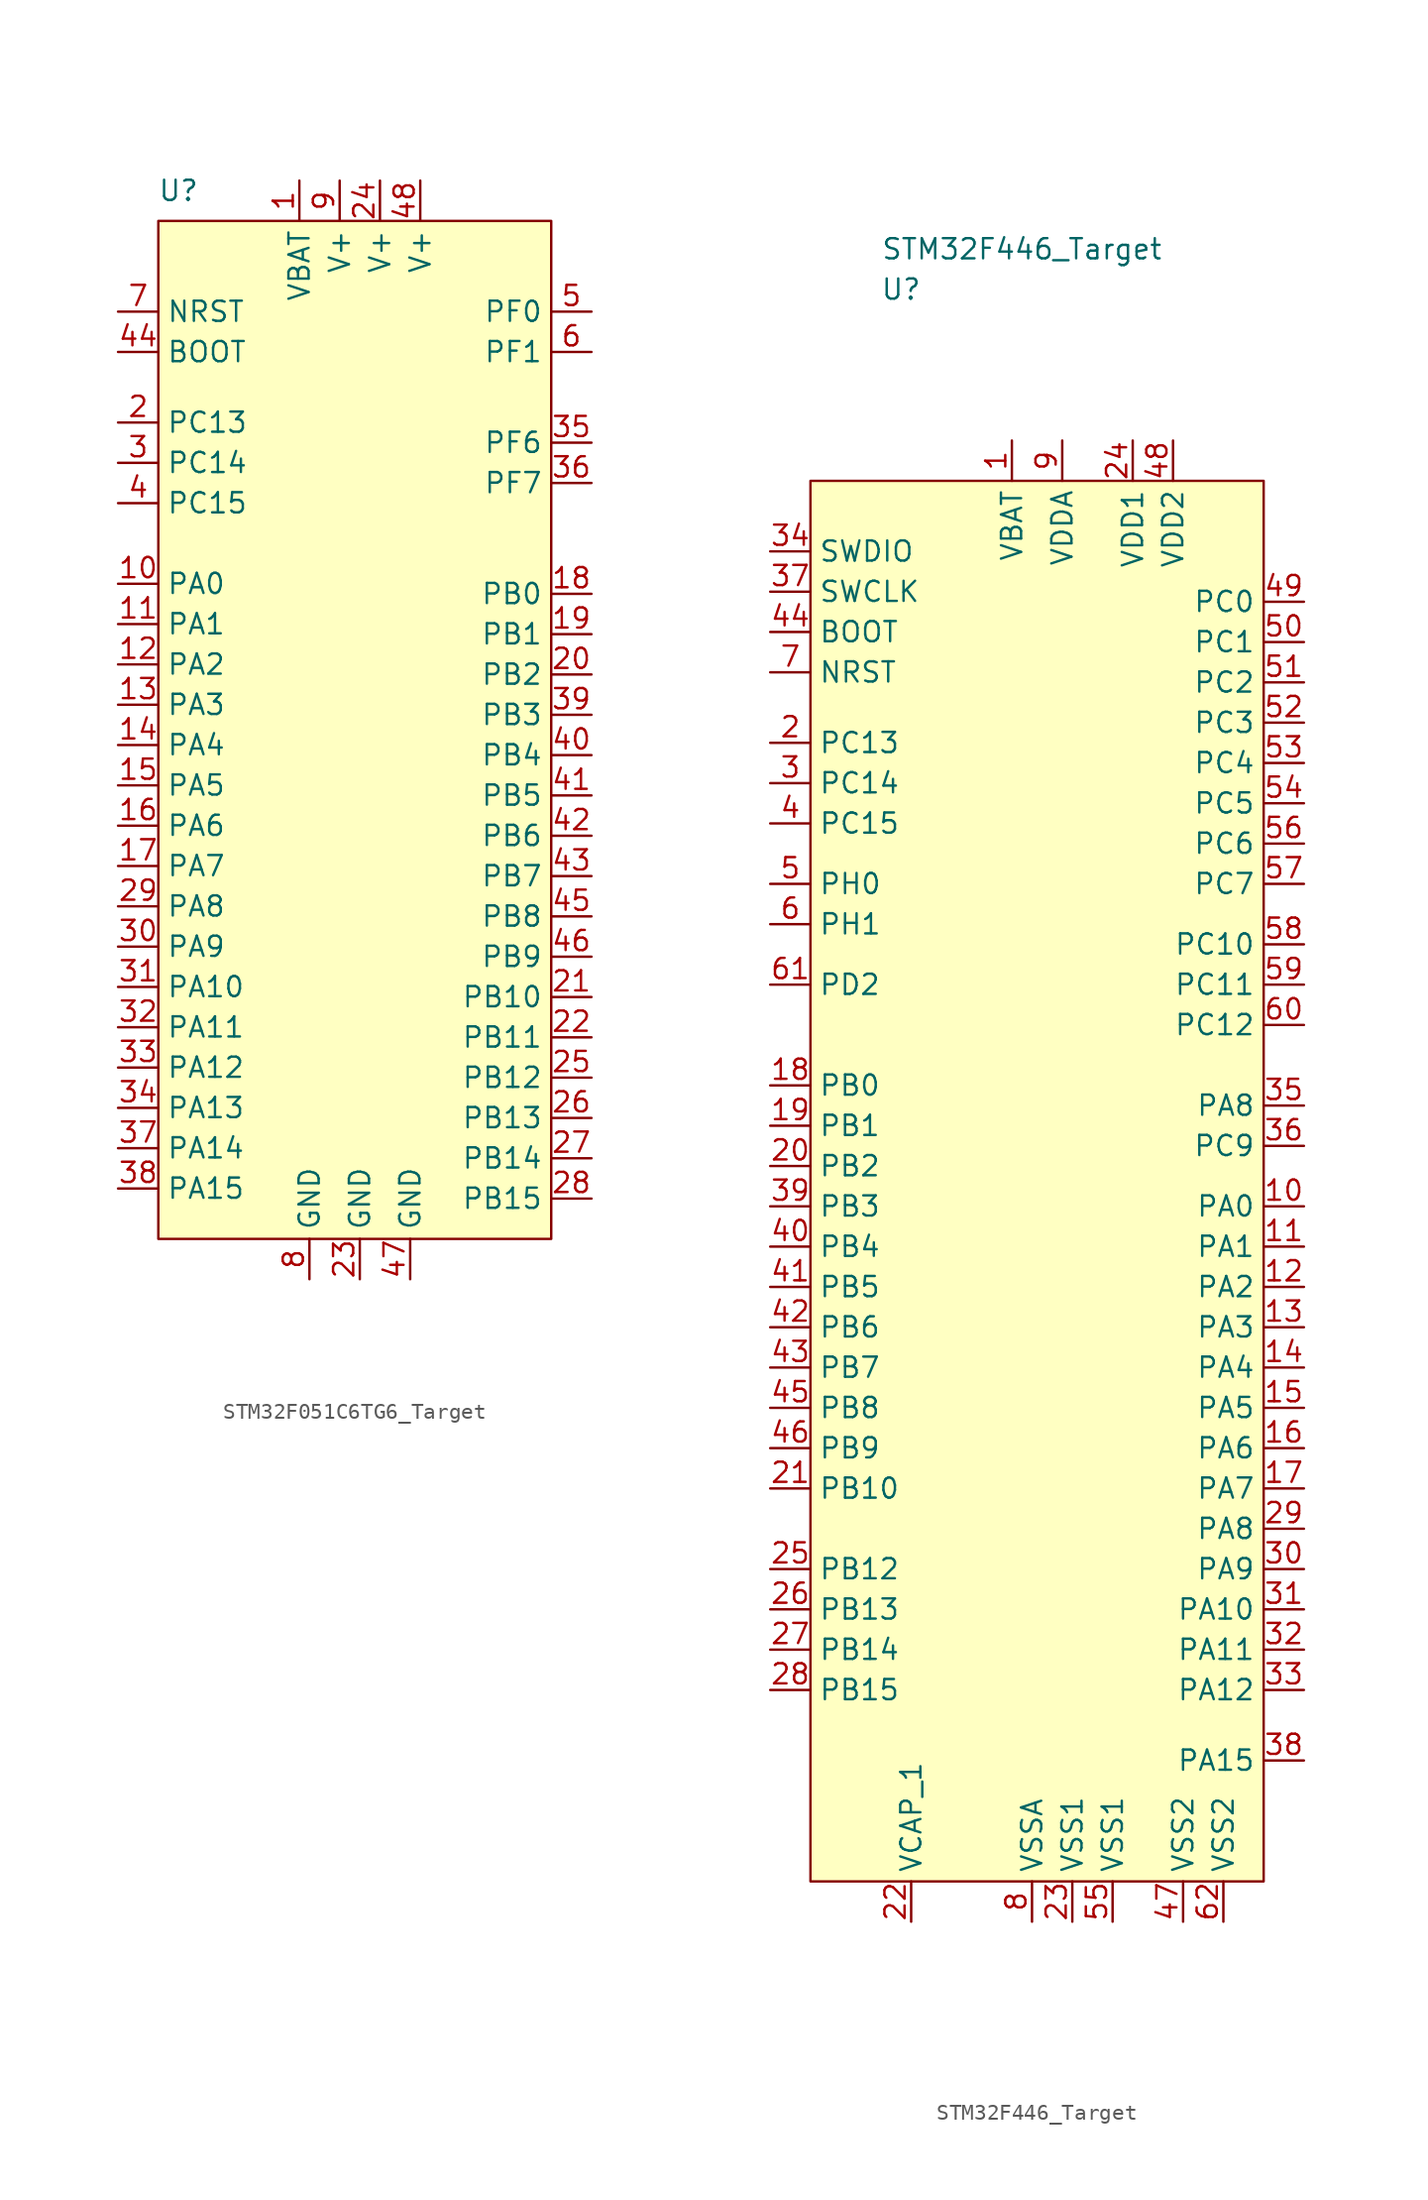
<source format=kicad_sym>
(kicad_symbol_lib
  (version 20220914)
  (generator kicad_symbol_editor)
  (symbol "STM32F051C6TG6_Target"
    (property "Reference" "U"
      (at -11.43 32.385 0)
      (effects (font (size 1.27 1.27))))
    (property "Value" ""
      (at 0 1.905 0)
      (effects (font (size 1.27 1.27))))
    (symbol "STM32F051C6TG6_Target_0_1"
      (rectangle (start -12.7 30.48) (end 12.065 -33.655) (stroke (width 0) (type default)) (fill (type background))))
    (symbol "STM32F051C6TG6_Target_1_1"
      (pin power_in line (at -3.81 33.02 270) (length 2.54) (name "VBAT" (effects (font (size 1.27 1.27)))) (number "1" (effects (font (size 1.27 1.27)))))
      (pin bidirectional line (at -15.24 7.62 0) (length 2.54) (name "PA0" (effects (font (size 1.27 1.27)))) (number "10" (effects (font (size 1.27 1.27)))))
      (pin bidirectional line (at -15.24 5.08 0) (length 2.54) (name "PA1" (effects (font (size 1.27 1.27)))) (number "11" (effects (font (size 1.27 1.27)))))
      (pin bidirectional line (at -15.24 2.54 0) (length 2.54) (name "PA2" (effects (font (size 1.27 1.27)))) (number "12" (effects (font (size 1.27 1.27)))))
      (pin bidirectional line (at -15.24 0 0) (length 2.54) (name "PA3" (effects (font (size 1.27 1.27)))) (number "13" (effects (font (size 1.27 1.27)))))
      (pin bidirectional line (at -15.24 -2.54 0) (length 2.54) (name "PA4" (effects (font (size 1.27 1.27)))) (number "14" (effects (font (size 1.27 1.27)))))
      (pin bidirectional line (at -15.24 -5.08 0) (length 2.54) (name "PA5" (effects (font (size 1.27 1.27)))) (number "15" (effects (font (size 1.27 1.27)))))
      (pin bidirectional line (at -15.24 -7.62 0) (length 2.54) (name "PA6" (effects (font (size 1.27 1.27)))) (number "16" (effects (font (size 1.27 1.27)))))
      (pin bidirectional line (at -15.24 -10.16 0) (length 2.54) (name "PA7" (effects (font (size 1.27 1.27)))) (number "17" (effects (font (size 1.27 1.27)))))
      (pin bidirectional line (at 14.605 6.985 180) (length 2.54) (name "PB0" (effects (font (size 1.27 1.27)))) (number "18" (effects (font (size 1.27 1.27)))))
      (pin bidirectional line (at 14.605 4.445 180) (length 2.54) (name "PB1" (effects (font (size 1.27 1.27)))) (number "19" (effects (font (size 1.27 1.27)))))
      (pin bidirectional line (at -15.24 17.78 0) (length 2.54) (name "PC13" (effects (font (size 1.27 1.27)))) (number "2" (effects (font (size 1.27 1.27)))))
      (pin bidirectional line (at 14.605 1.905 180) (length 2.54) (name "PB2" (effects (font (size 1.27 1.27)))) (number "20" (effects (font (size 1.27 1.27)))))
      (pin bidirectional line (at 14.605 -18.415 180) (length 2.54) (name "PB10" (effects (font (size 1.27 1.27)))) (number "21" (effects (font (size 1.27 1.27)))))
      (pin bidirectional line (at 14.605 -20.955 180) (length 2.54) (name "PB11" (effects (font (size 1.27 1.27)))) (number "22" (effects (font (size 1.27 1.27)))))
      (pin power_in line (at 0 -36.195 90) (length 2.54) (name "GND" (effects (font (size 1.27 1.27)))) (number "23" (effects (font (size 1.27 1.27)))))
      (pin power_in line (at 1.27 33.02 270) (length 2.54) (name "V+" (effects (font (size 1.27 1.27)))) (number "24" (effects (font (size 1.27 1.27)))))
      (pin bidirectional line (at 14.605 -23.495 180) (length 2.54) (name "PB12" (effects (font (size 1.27 1.27)))) (number "25" (effects (font (size 1.27 1.27)))))
      (pin bidirectional line (at 14.605 -26.035 180) (length 2.54) (name "PB13" (effects (font (size 1.27 1.27)))) (number "26" (effects (font (size 1.27 1.27)))))
      (pin bidirectional line (at 14.605 -28.575 180) (length 2.54) (name "PB14" (effects (font (size 1.27 1.27)))) (number "27" (effects (font (size 1.27 1.27)))))
      (pin bidirectional line (at 14.605 -31.115 180) (length 2.54) (name "PB15" (effects (font (size 1.27 1.27)))) (number "28" (effects (font (size 1.27 1.27)))))
      (pin bidirectional line (at -15.24 -12.7 0) (length 2.54) (name "PA8" (effects (font (size 1.27 1.27)))) (number "29" (effects (font (size 1.27 1.27)))))
      (pin bidirectional line (at -15.24 15.24 0) (length 2.54) (name "PC14" (effects (font (size 1.27 1.27)))) (number "3" (effects (font (size 1.27 1.27)))))
      (pin bidirectional line (at -15.24 -15.24 0) (length 2.54) (name "PA9" (effects (font (size 1.27 1.27)))) (number "30" (effects (font (size 1.27 1.27)))))
      (pin bidirectional line (at -15.24 -17.78 0) (length 2.54) (name "PA10" (effects (font (size 1.27 1.27)))) (number "31" (effects (font (size 1.27 1.27)))))
      (pin bidirectional line (at -15.24 -20.32 0) (length 2.54) (name "PA11" (effects (font (size 1.27 1.27)))) (number "32" (effects (font (size 1.27 1.27)))))
      (pin bidirectional line (at -15.24 -22.86 0) (length 2.54) (name "PA12" (effects (font (size 1.27 1.27)))) (number "33" (effects (font (size 1.27 1.27)))))
      (pin bidirectional line (at -15.24 -25.4 0) (length 2.54) (name "PA13" (effects (font (size 1.27 1.27)))) (number "34" (effects (font (size 1.27 1.27)))))
      (pin bidirectional line (at 14.605 16.51 180) (length 2.54) (name "PF6" (effects (font (size 1.27 1.27)))) (number "35" (effects (font (size 1.27 1.27)))))
      (pin bidirectional line (at 14.605 13.97 180) (length 2.54) (name "PF7" (effects (font (size 1.27 1.27)))) (number "36" (effects (font (size 1.27 1.27)))))
      (pin bidirectional line (at -15.24 -27.94 0) (length 2.54) (name "PA14" (effects (font (size 1.27 1.27)))) (number "37" (effects (font (size 1.27 1.27)))))
      (pin bidirectional line (at -15.24 -30.48 0) (length 2.54) (name "PA15" (effects (font (size 1.27 1.27)))) (number "38" (effects (font (size 1.27 1.27)))))
      (pin bidirectional line (at 14.605 -0.635 180) (length 2.54) (name "PB3" (effects (font (size 1.27 1.27)))) (number "39" (effects (font (size 1.27 1.27)))))
      (pin bidirectional line (at -15.24 12.7 0) (length 2.54) (name "PC15" (effects (font (size 1.27 1.27)))) (number "4" (effects (font (size 1.27 1.27)))))
      (pin bidirectional line (at 14.605 -3.175 180) (length 2.54) (name "PB4" (effects (font (size 1.27 1.27)))) (number "40" (effects (font (size 1.27 1.27)))))
      (pin bidirectional line (at 14.605 -5.715 180) (length 2.54) (name "PB5" (effects (font (size 1.27 1.27)))) (number "41" (effects (font (size 1.27 1.27)))))
      (pin bidirectional line (at 14.605 -8.255 180) (length 2.54) (name "PB6" (effects (font (size 1.27 1.27)))) (number "42" (effects (font (size 1.27 1.27)))))
      (pin bidirectional line (at 14.605 -10.795 180) (length 2.54) (name "PB7" (effects (font (size 1.27 1.27)))) (number "43" (effects (font (size 1.27 1.27)))))
      (pin input line (at -15.24 22.225 0) (length 2.54) (name "BOOT" (effects (font (size 1.27 1.27)))) (number "44" (effects (font (size 1.27 1.27)))))
      (pin bidirectional line (at 14.605 -13.335 180) (length 2.54) (name "PB8" (effects (font (size 1.27 1.27)))) (number "45" (effects (font (size 1.27 1.27)))))
      (pin bidirectional line (at 14.605 -15.875 180) (length 2.54) (name "PB9" (effects (font (size 1.27 1.27)))) (number "46" (effects (font (size 1.27 1.27)))))
      (pin power_in line (at 3.175 -36.195 90) (length 2.54) (name "GND" (effects (font (size 1.27 1.27)))) (number "47" (effects (font (size 1.27 1.27)))))
      (pin power_in line (at 3.81 33.02 270) (length 2.54) (name "V+" (effects (font (size 1.27 1.27)))) (number "48" (effects (font (size 1.27 1.27)))))
      (pin bidirectional line (at 14.605 24.765 180) (length 2.54) (name "PF0" (effects (font (size 1.27 1.27)))) (number "5" (effects (font (size 1.27 1.27)))))
      (pin bidirectional line (at 14.605 22.225 180) (length 2.54) (name "PF1" (effects (font (size 1.27 1.27)))) (number "6" (effects (font (size 1.27 1.27)))))
      (pin input line (at -15.24 24.765 0) (length 2.54) (name "NRST" (effects (font (size 1.27 1.27)))) (number "7" (effects (font (size 1.27 1.27)))))
      (pin power_in line (at -3.175 -36.195 90) (length 2.54) (name "GND" (effects (font (size 1.27 1.27)))) (number "8" (effects (font (size 1.27 1.27)))))
      (pin power_in line (at -1.27 33.02 270) (length 2.54) (name "V+" (effects (font (size 1.27 1.27)))) (number "9" (effects (font (size 1.27 1.27)))))))
  (symbol "STM32F446_Target"
    (property "Reference" "U"
      (at -8.255 48.26 0)
      (effects (font (size 1.27 1.27))))
    (property "Value" "STM32F446_Target"
      (at -0.635 50.8 0)
      (effects (font (size 1.27 1.27))))
    (symbol "STM32F446_Target_0_1"
      (rectangle (start -13.97 36.195) (end 14.605 -52.07) (stroke (width 0.152) (type default)) (fill (type background))))
    (symbol "STM32F446_Target_1_1"
      (pin input line (at -1.27 38.735 270) (length 2.54) (name "VBAT" (effects (font (size 1.27 1.27)))) (number "1" (effects (font (size 1.27 1.27)))))
      (pin bidirectional line (at 17.145 -9.525 180) (length 2.54) (name "PA0" (effects (font (size 1.27 1.27)))) (number "10" (effects (font (size 1.27 1.27)))))
      (pin bidirectional line (at 17.145 -12.065 180) (length 2.54) (name "PA1" (effects (font (size 1.27 1.27)))) (number "11" (effects (font (size 1.27 1.27)))))
      (pin bidirectional line (at 17.145 -14.605 180) (length 2.54) (name "PA2" (effects (font (size 1.27 1.27)))) (number "12" (effects (font (size 1.27 1.27)))))
      (pin bidirectional line (at 17.145 -17.145 180) (length 2.54) (name "PA3" (effects (font (size 1.27 1.27)))) (number "13" (effects (font (size 1.27 1.27)))))
      (pin bidirectional line (at 17.145 -19.685 180) (length 2.54) (name "PA4" (effects (font (size 1.27 1.27)))) (number "14" (effects (font (size 1.27 1.27)))))
      (pin bidirectional line (at 17.145 -22.225 180) (length 2.54) (name "PA5" (effects (font (size 1.27 1.27)))) (number "15" (effects (font (size 1.27 1.27)))))
      (pin bidirectional line (at 17.145 -24.765 180) (length 2.54) (name "PA6" (effects (font (size 1.27 1.27)))) (number "16" (effects (font (size 1.27 1.27)))))
      (pin bidirectional line (at 17.145 -27.305 180) (length 2.54) (name "PA7" (effects (font (size 1.27 1.27)))) (number "17" (effects (font (size 1.27 1.27)))))
      (pin bidirectional line (at -16.51 -1.905 0) (length 2.54) (name "PB0" (effects (font (size 1.27 1.27)))) (number "18" (effects (font (size 1.27 1.27)))))
      (pin bidirectional line (at -16.51 -4.445 0) (length 2.54) (name "PB1" (effects (font (size 1.27 1.27)))) (number "19" (effects (font (size 1.27 1.27)))))
      (pin bidirectional line (at -16.51 19.685 0) (length 2.54) (name "PC13" (effects (font (size 1.27 1.27)))) (number "2" (effects (font (size 1.27 1.27)))))
      (pin bidirectional line (at -16.51 -6.985 0) (length 2.54) (name "PB2" (effects (font (size 1.27 1.27)))) (number "20" (effects (font (size 1.27 1.27)))))
      (pin bidirectional line (at -16.51 -27.305 0) (length 2.54) (name "PB10" (effects (font (size 1.27 1.27)))) (number "21" (effects (font (size 1.27 1.27)))))
      (pin power_in line (at -7.62 -54.61 90) (length 2.54) (name "VCAP_1" (effects (font (size 1.27 1.27)))) (number "22" (effects (font (size 1.27 1.27)))))
      (pin power_in line (at 2.54 -54.61 90) (length 2.54) (name "VSS1" (effects (font (size 1.27 1.27)))) (number "23" (effects (font (size 1.27 1.27)))))
      (pin power_in line (at 6.35 38.735 270) (length 2.54) (name "VDD1" (effects (font (size 1.27 1.27)))) (number "24" (effects (font (size 1.27 1.27)))))
      (pin bidirectional line (at -16.51 -32.385 0) (length 2.54) (name "PB12" (effects (font (size 1.27 1.27)))) (number "25" (effects (font (size 1.27 1.27)))))
      (pin bidirectional line (at -16.51 -34.925 0) (length 2.54) (name "PB13" (effects (font (size 1.27 1.27)))) (number "26" (effects (font (size 1.27 1.27)))))
      (pin bidirectional line (at -16.51 -37.465 0) (length 2.54) (name "PB14" (effects (font (size 1.27 1.27)))) (number "27" (effects (font (size 1.27 1.27)))))
      (pin bidirectional line (at -16.51 -40.005 0) (length 2.54) (name "PB15" (effects (font (size 1.27 1.27)))) (number "28" (effects (font (size 1.27 1.27)))))
      (pin bidirectional line (at 17.145 -29.845 180) (length 2.54) (name "PA8" (effects (font (size 1.27 1.27)))) (number "29" (effects (font (size 1.27 1.27)))))
      (pin bidirectional line (at -16.51 17.145 0) (length 2.54) (name "PC14" (effects (font (size 1.27 1.27)))) (number "3" (effects (font (size 1.27 1.27)))))
      (pin bidirectional line (at 17.145 -32.385 180) (length 2.54) (name "PA9" (effects (font (size 1.27 1.27)))) (number "30" (effects (font (size 1.27 1.27)))))
      (pin bidirectional line (at 17.145 -34.925 180) (length 2.54) (name "PA10" (effects (font (size 1.27 1.27)))) (number "31" (effects (font (size 1.27 1.27)))))
      (pin bidirectional line (at 17.145 -37.465 180) (length 2.54) (name "PA11" (effects (font (size 1.27 1.27)))) (number "32" (effects (font (size 1.27 1.27)))))
      (pin bidirectional line (at 17.145 -40.005 180) (length 2.54) (name "PA12" (effects (font (size 1.27 1.27)))) (number "33" (effects (font (size 1.27 1.27)))))
      (pin bidirectional line (at -16.51 31.75 0) (length 2.54) (name "SWDIO" (effects (font (size 1.27 1.27)))) (number "34" (effects (font (size 1.27 1.27)))))
      (pin bidirectional line (at 17.145 -3.175 180) (length 2.54) (name "PA8" (effects (font (size 1.27 1.27)))) (number "35" (effects (font (size 1.27 1.27)))))
      (pin bidirectional line (at 17.145 -5.715 180) (length 2.54) (name "PC9" (effects (font (size 1.27 1.27)))) (number "36" (effects (font (size 1.27 1.27)))))
      (pin bidirectional line (at -16.51 29.21 0) (length 2.54) (name "SWCLK" (effects (font (size 1.27 1.27)))) (number "37" (effects (font (size 1.27 1.27)))))
      (pin bidirectional line (at 17.145 -44.45 180) (length 2.54) (name "PA15" (effects (font (size 1.27 1.27)))) (number "38" (effects (font (size 1.27 1.27)))))
      (pin bidirectional line (at -16.51 -9.525 0) (length 2.54) (name "PB3" (effects (font (size 1.27 1.27)))) (number "39" (effects (font (size 1.27 1.27)))))
      (pin bidirectional line (at -16.51 14.605 0) (length 2.54) (name "PC15" (effects (font (size 1.27 1.27)))) (number "4" (effects (font (size 1.27 1.27)))))
      (pin bidirectional line (at -16.51 -12.065 0) (length 2.54) (name "PB4" (effects (font (size 1.27 1.27)))) (number "40" (effects (font (size 1.27 1.27)))))
      (pin bidirectional line (at -16.51 -14.605 0) (length 2.54) (name "PB5" (effects (font (size 1.27 1.27)))) (number "41" (effects (font (size 1.27 1.27)))))
      (pin bidirectional line (at -16.51 -17.145 0) (length 2.54) (name "PB6" (effects (font (size 1.27 1.27)))) (number "42" (effects (font (size 1.27 1.27)))))
      (pin bidirectional line (at -16.51 -19.685 0) (length 2.54) (name "PB7" (effects (font (size 1.27 1.27)))) (number "43" (effects (font (size 1.27 1.27)))))
      (pin bidirectional line (at -16.51 26.67 0) (length 2.54) (name "BOOT" (effects (font (size 1.27 1.27)))) (number "44" (effects (font (size 1.27 1.27)))))
      (pin bidirectional line (at -16.51 -22.225 0) (length 2.54) (name "PB8" (effects (font (size 1.27 1.27)))) (number "45" (effects (font (size 1.27 1.27)))))
      (pin bidirectional line (at -16.51 -24.765 0) (length 2.54) (name "PB9" (effects (font (size 1.27 1.27)))) (number "46" (effects (font (size 1.27 1.27)))))
      (pin power_in line (at 9.525 -54.61 90) (length 2.54) (name "VSS2" (effects (font (size 1.27 1.27)))) (number "47" (effects (font (size 1.27 1.27)))))
      (pin power_in line (at 8.89 38.735 270) (length 2.54) (name "VDD2" (effects (font (size 1.27 1.27)))) (number "48" (effects (font (size 1.27 1.27)))))
      (pin bidirectional line (at 17.145 28.575 180) (length 2.54) (name "PC0" (effects (font (size 1.27 1.27)))) (number "49" (effects (font (size 1.27 1.27)))))
      (pin bidirectional line (at -16.51 10.795 0) (length 2.54) (name "PH0" (effects (font (size 1.27 1.27)))) (number "5" (effects (font (size 1.27 1.27)))))
      (pin bidirectional line (at 17.145 26.035 180) (length 2.54) (name "PC1" (effects (font (size 1.27 1.27)))) (number "50" (effects (font (size 1.27 1.27)))))
      (pin bidirectional line (at 17.145 23.495 180) (length 2.54) (name "PC2" (effects (font (size 1.27 1.27)))) (number "51" (effects (font (size 1.27 1.27)))))
      (pin bidirectional line (at 17.145 20.955 180) (length 2.54) (name "PC3" (effects (font (size 1.27 1.27)))) (number "52" (effects (font (size 1.27 1.27)))))
      (pin bidirectional line (at 17.145 18.415 180) (length 2.54) (name "PC4" (effects (font (size 1.27 1.27)))) (number "53" (effects (font (size 1.27 1.27)))))
      (pin bidirectional line (at 17.145 15.875 180) (length 2.54) (name "PC5" (effects (font (size 1.27 1.27)))) (number "54" (effects (font (size 1.27 1.27)))))
      (pin bidirectional line (at 5.08 -54.61 90) (length 2.54) (name "VSS1" (effects (font (size 1.27 1.27)))) (number "55" (effects (font (size 1.27 1.27)))))
      (pin bidirectional line (at 17.145 13.335 180) (length 2.54) (name "PC6" (effects (font (size 1.27 1.27)))) (number "56" (effects (font (size 1.27 1.27)))))
      (pin bidirectional line (at 17.145 10.795 180) (length 2.54) (name "PC7" (effects (font (size 1.27 1.27)))) (number "57" (effects (font (size 1.27 1.27)))))
      (pin bidirectional line (at 17.145 6.985 180) (length 2.54) (name "PC10" (effects (font (size 1.27 1.27)))) (number "58" (effects (font (size 1.27 1.27)))))
      (pin bidirectional line (at 17.145 4.445 180) (length 2.54) (name "PC11" (effects (font (size 1.27 1.27)))) (number "59" (effects (font (size 1.27 1.27)))))
      (pin bidirectional line (at -16.51 8.255 0) (length 2.54) (name "PH1" (effects (font (size 1.27 1.27)))) (number "6" (effects (font (size 1.27 1.27)))))
      (pin bidirectional line (at 17.145 1.905 180) (length 2.54) (name "PC12" (effects (font (size 1.27 1.27)))) (number "60" (effects (font (size 1.27 1.27)))))
      (pin bidirectional line (at -16.51 4.445 0) (length 2.54) (name "PD2" (effects (font (size 1.27 1.27)))) (number "61" (effects (font (size 1.27 1.27)))))
      (pin power_in line (at 12.065 -54.61 90) (length 2.54) (name "VSS2" (effects (font (size 1.27 1.27)))) (number "62" (effects (font (size 1.27 1.27)))))
      (pin bidirectional line (at -16.51 24.13 0) (length 2.54) (name "NRST" (effects (font (size 1.27 1.27)))) (number "7" (effects (font (size 1.27 1.27)))))
      (pin power_in line (at 0 -54.61 90) (length 2.54) (name "VSSA" (effects (font (size 1.27 1.27)))) (number "8" (effects (font (size 1.27 1.27)))))
      (pin power_in line (at 1.905 38.735 270) (length 2.54) (name "VDDA" (effects (font (size 1.27 1.27)))) (number "9" (effects (font (size 1.27 1.27))))))))
</source>
